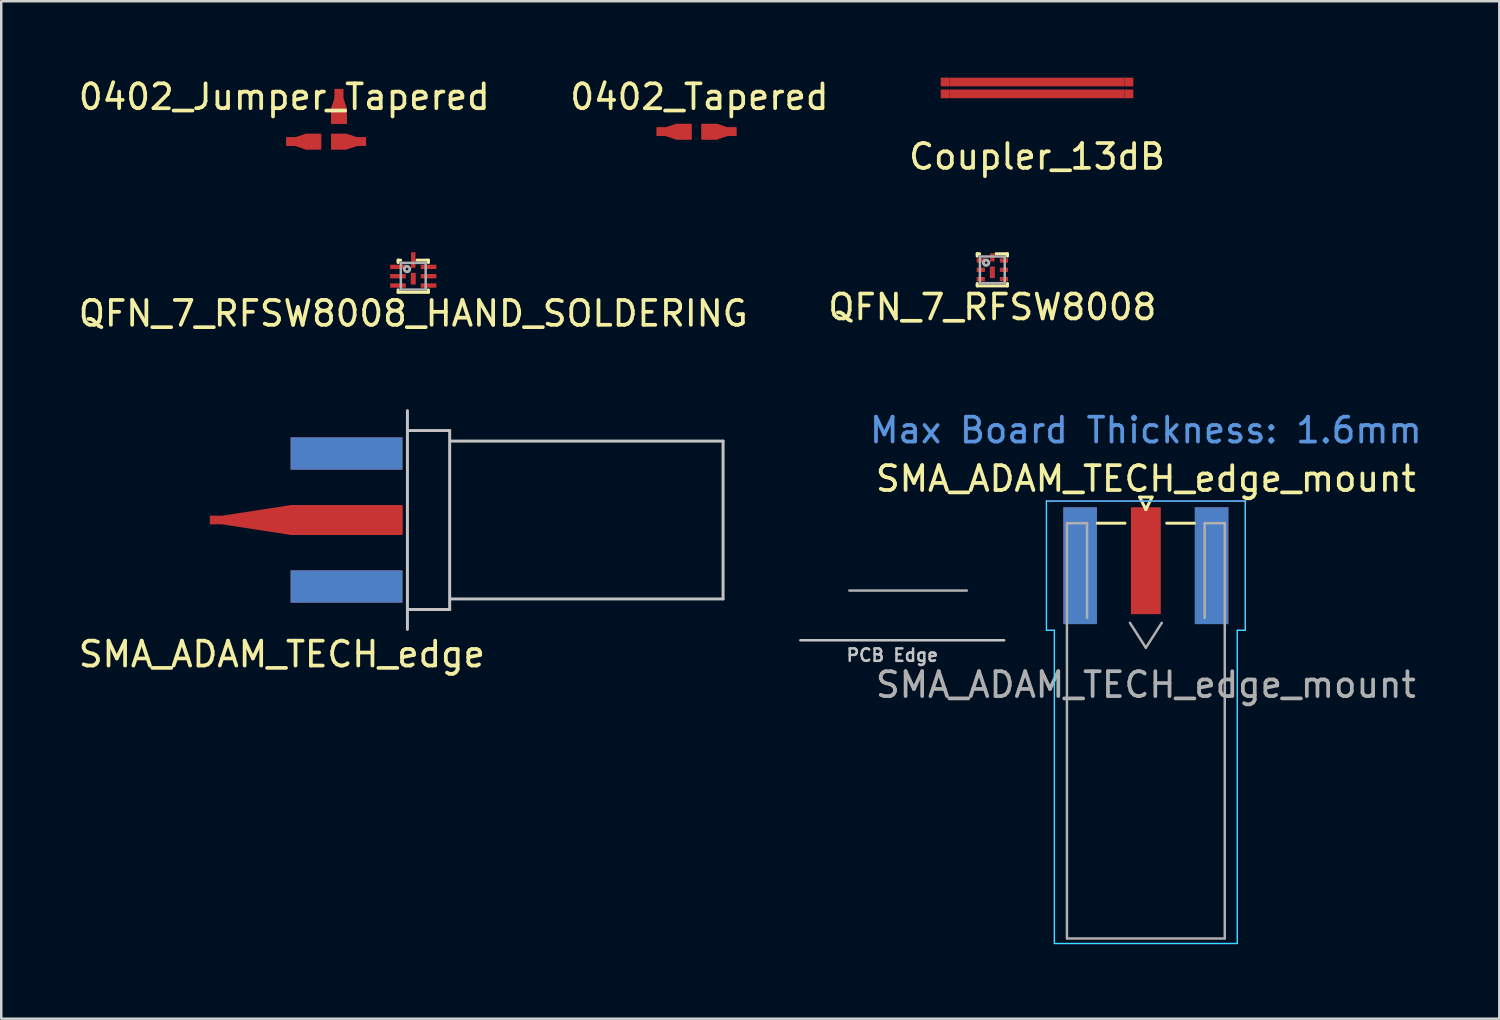
<source format=kicad_pcb>
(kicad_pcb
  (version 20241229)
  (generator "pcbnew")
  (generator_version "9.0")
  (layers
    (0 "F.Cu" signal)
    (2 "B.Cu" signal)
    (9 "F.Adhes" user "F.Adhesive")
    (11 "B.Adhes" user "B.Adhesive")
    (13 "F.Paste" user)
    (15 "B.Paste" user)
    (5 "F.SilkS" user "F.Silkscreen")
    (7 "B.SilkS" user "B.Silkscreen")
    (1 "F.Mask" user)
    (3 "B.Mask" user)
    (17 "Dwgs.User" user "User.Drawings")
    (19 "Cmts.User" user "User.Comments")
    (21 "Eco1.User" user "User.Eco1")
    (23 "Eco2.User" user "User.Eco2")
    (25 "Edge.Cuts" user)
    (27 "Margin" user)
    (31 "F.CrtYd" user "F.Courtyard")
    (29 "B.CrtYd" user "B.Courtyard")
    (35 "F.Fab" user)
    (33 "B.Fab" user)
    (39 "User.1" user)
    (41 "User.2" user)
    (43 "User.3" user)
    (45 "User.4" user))
  (footprint "0402_Jumper_Tapered"
    (layer "F.Cu")
    (at 10.587 2.648)
    (property "Reference" "0402_Jumper_Tapered" (at -2.2 -1.8 0) (layer "F.SilkS") (effects (font (size 1 1) (thickness 0.15))))
    (property "Value" "${VALUE}" (at -0.4 1.4 0) (layer "F.Fab") (hide yes) (effects (font (size 1 1) (thickness 0.15))))
    (attr smd)
    (pad "1" smd rect (at 0 0 180) (size 0.63 0.63) (layers "F.Cu" "F.Mask" "F.Paste"))
    (pad "1" smd custom (at 0 0) (size 0.63 0.63) (layers "F.Cu") (options (anchor rect)) (primitives (gr_poly (pts (xy -0.315 -0.315) (xy 0.315 -0.315) (xy 0.74 -0.175) (xy 1.09 -0.175) (xy 1.09 0.175) (xy 0.74 0.175) (xy 0.315 0.315) (xy -0.315 0.315)) (width 0) (fill yes))))
    (pad "1" smd rect (at 0.915 0) (size 0.349 0.349) (layers "F.Cu"))
    (pad "2" smd rect (at -1.945 0 180) (size 0.349 0.349) (layers "F.Cu"))
    (pad "2" smd rect (at -1.03 0 180) (size 0.63 0.63) (layers "F.Cu" "F.Mask" "F.Paste"))
    (pad "2" smd custom (at -1.03 0 180) (size 0.63 0.63) (layers "F.Cu") (options (anchor rect)) (primitives (gr_poly (pts (xy -0.315 -0.315) (xy 0.315 -0.315) (xy 0.74 -0.175) (xy 1.09 -0.175) (xy 1.09 0.175) (xy 0.74 0.175) (xy 0.315 0.315) (xy -0.315 0.315)) (width 0) (fill yes))))
    (pad "3" smd rect (at 0 -1.945 90) (size 0.349 0.349) (layers "F.Cu"))
    (pad "3" smd rect (at 0 -1.03 90) (size 0.63 0.63) (layers "F.Cu" "F.Mask" "F.Paste"))
    (pad "3" smd custom (at 0 -1.03 90) (size 0.63 0.63) (layers "F.Cu") (options (anchor rect)) (primitives (gr_poly (pts (xy -0.315 -0.315) (xy 0.315 -0.315) (xy 0.74 -0.175) (xy 1.09 -0.175) (xy 1.09 0.175) (xy 0.74 0.175) (xy 0.315 0.315) (xy -0.315 0.315)) (width 0) (fill yes)))))
  (footprint "QFN_7_RFSW8008"
    (layer "F.Cu")
    (at 36.875 7.806)
    (property "Reference" "QFN_7_RFSW8008" (at 0 1.5 0) (layer "F.SilkS") (effects (font (size 1 1) (thickness 0.15))))
    (attr through_hole)
    (fp_line (start -0.61 -0.55) (end -0.61 -0.647) (stroke (width 0.12) (type solid)) (layer "F.SilkS"))
    (fp_line (start -0.61 0.55) (end -0.61 0.647) (stroke (width 0.12) (type solid)) (layer "F.SilkS"))
    (fp_line (start -0.61 0.647) (end 0.61 0.647) (stroke (width 0.12) (type solid)) (layer "F.SilkS"))
    (fp_line (start -0.51 -0.647) (end -0.61 -0.647) (stroke (width 0.12) (type solid)) (layer "F.SilkS"))
    (fp_line (start 0.15 -0.647) (end 0.61 -0.647) (stroke (width 0.12) (type solid)) (layer "F.SilkS"))
    (fp_line (start 0.61 -0.55) (end 0.61 -0.647) (stroke (width 0.12) (type solid)) (layer "F.SilkS"))
    (fp_line (start 0.61 0.55) (end 0.61 0.647) (stroke (width 0.12) (type solid)) (layer "F.SilkS"))
    (fp_line (start -0.5 -0.537) (end -0.5 0.537) (stroke (width 0.1) (type solid)) (layer "F.Fab"))
    (fp_line (start -0.5 -0.537) (end 0.5 -0.537) (stroke (width 0.1) (type solid)) (layer "F.Fab"))
    (fp_line (start -0.5 0.537) (end 0.5 0.537) (stroke (width 0.1) (type solid)) (layer "F.Fab"))
    (fp_line (start 0.5 -0.537) (end 0.5 0.537) (stroke (width 0.1) (type solid)) (layer "F.Fab"))
    (fp_circle (center -0.25 -0.287) (end -0.2 -0.287) (stroke (width 0.12) (type solid)) (fill no) (layer "F.Fab"))
    (pad "1" smd rect (at -0.465 -0.375) (size 0.33 0.175) (layers "F.Cu" "F.Mask" "F.Paste"))
    (pad "2" smd rect (at -0.465 0) (size 0.33 0.175) (layers "F.Cu" "F.Mask" "F.Paste"))
    (pad "3" smd rect (at -0.465 0.375) (size 0.33 0.175) (layers "F.Cu" "F.Mask" "F.Paste"))
    (pad "4" smd rect (at 0.465 0.375) (size 0.33 0.175) (layers "F.Cu" "F.Mask" "F.Paste"))
    (pad "5" smd rect (at 0.465 0) (size 0.33 0.175) (layers "F.Cu" "F.Mask" "F.Paste"))
    (pad "6" smd rect (at 0.465 -0.375) (size 0.33 0.175) (layers "F.Cu" "F.Mask" "F.Paste"))
    (pad "7" smd rect (at 0 -0.5) (size 0.175 0.33) (layers "F.Cu" "F.Mask" "F.Paste"))
    (pad "8" smd rect (at 0 0.1) (size 0.2 0.47) (layers "F.Cu" "F.Mask" "F.Paste")))
  (footprint "Coupler_13dB"
    (layer "F.Cu")
    (at 38.673 0.25)
    (property "Reference" "Coupler_13dB" (at 0 3 0) (layer "F.SilkS") (effects (font (size 1 1) (thickness 0.15))))
    (attr through_hole)
    (pad "" smd rect (at 0 0) (size 7.05 0.35) (layers "F.Cu" "F.Mask"))
    (pad "" smd rect (at 0 0.476) (size 7.05 0.35) (layers "F.Cu" "F.Mask"))
    (pad "0" smd rect (at -3.7 0) (size 0.35 0.35) (layers "F.Cu" "F.Mask"))
    (pad "1" smd rect (at 3.7 0) (size 0.35 0.35) (layers "F.Cu" "F.Mask"))
    (pad "2" smd rect (at -3.7 0.476) (size 0.35 0.35) (layers "F.Cu" "F.Mask"))
    (pad "3" smd rect (at 3.7 0.476) (size 0.35 0.35) (layers "F.Cu" "F.Mask")))
  (footprint "SMA_ADAM_TECH_edge_mount"
    (layer "F.Cu")
    (at 43.052 19.71)
    (property "Reference" "SMA_ADAM_TECH_edge_mount" (at 0 -3.5 0) (layer "F.SilkS") (effects (font (size 1 1) (thickness 0.15))))
    (attr smd)
    (fp_line (start -1.95 -1.71) (end -0.84 -1.71) (stroke (width 0.12) (type solid)) (layer "F.SilkS"))
    (fp_line (start -0.25 -2.76) (end 0 -2.26) (stroke (width 0.12) (type solid)) (layer "F.SilkS"))
    (fp_line (start 0 -2.26) (end 0.25 -2.76) (stroke (width 0.12) (type solid)) (layer "F.SilkS"))
    (fp_line (start 0.25 -2.76) (end -0.25 -2.76) (stroke (width 0.12) (type solid)) (layer "F.SilkS"))
    (fp_line (start 0.84 -1.71) (end 1.95 -1.71) (stroke (width 0.12) (type solid)) (layer "F.SilkS"))
    (fp_line (start -5.7 3) (end -13.9 3) (stroke (width 0.1) (type solid)) (layer "Dwgs.User"))
    (fp_line (start -4 -2.6) (end 4 -2.6) (stroke (width 0.05) (type solid)) (layer "B.CrtYd"))
    (fp_line (start -4 2.6) (end -4 -2.6) (stroke (width 0.05) (type solid)) (layer "B.CrtYd"))
    (fp_line (start -3.68 2.6) (end -4 2.6) (stroke (width 0.05) (type solid)) (layer "B.CrtYd"))
    (fp_line (start -3.68 15.2) (end -3.68 2.6) (stroke (width 0.05) (type solid)) (layer "B.CrtYd"))
    (fp_line (start 3.68 2.6) (end 3.68 15.2) (stroke (width 0.05) (type solid)) (layer "B.CrtYd"))
    (fp_line (start 3.68 15.2) (end -3.68 15.2) (stroke (width 0.05) (type solid)) (layer "B.CrtYd"))
    (fp_line (start 4 2.6) (end 3.68 2.6) (stroke (width 0.05) (type solid)) (layer "B.CrtYd"))
    (fp_line (start 4 2.6) (end 4 -2.6) (stroke (width 0.05) (type solid)) (layer "B.CrtYd"))
    (fp_line (start -4 -2.6) (end 4 -2.6) (stroke (width 0.05) (type solid)) (layer "F.CrtYd"))
    (fp_line (start -4 2.6) (end -4 -2.6) (stroke (width 0.05) (type solid)) (layer "F.CrtYd"))
    (fp_line (start -3.68 2.6) (end -4 2.6) (stroke (width 0.05) (type solid)) (layer "F.CrtYd"))
    (fp_line (start -3.68 15.2) (end -3.68 2.6) (stroke (width 0.05) (type solid)) (layer "F.CrtYd"))
    (fp_line (start 3.68 2.6) (end 3.68 15.2) (stroke (width 0.05) (type solid)) (layer "F.CrtYd"))
    (fp_line (start 3.68 2.6) (end 4 2.6) (stroke (width 0.05) (type solid)) (layer "F.CrtYd"))
    (fp_line (start 3.68 15.2) (end -3.68 15.2) (stroke (width 0.05) (type solid)) (layer "F.CrtYd"))
    (fp_line (start 4 2.6) (end 4 -2.6) (stroke (width 0.05) (type solid)) (layer "F.CrtYd"))
    (fp_line (start -7.2 1) (end -11.93 1) (stroke (width 0.1) (type solid)) (layer "F.Fab"))
    (fp_line (start -3.175 -1.71) (end -3.175 15) (stroke (width 0.1) (type solid)) (layer "F.Fab"))
    (fp_line (start -2.365 -1.71) (end -3.175 -1.71) (stroke (width 0.1) (type solid)) (layer "F.Fab"))
    (fp_line (start -2.365 2.1) (end -2.365 -1.71) (stroke (width 0.1) (type solid)) (layer "F.Fab"))
    (fp_line (start 0 3.3) (end -0.64 2.3) (stroke (width 0.1) (type solid)) (layer "F.Fab"))
    (fp_line (start 0.64 2.3) (end 0 3.3) (stroke (width 0.1) (type solid)) (layer "F.Fab"))
    (fp_line (start 2.365 -1.71) (end 2.365 2.1) (stroke (width 0.1) (type solid)) (layer "F.Fab"))
    (fp_line (start 3.165 15) (end -3.165 15) (stroke (width 0.1) (type solid)) (layer "F.Fab"))
    (fp_line (start 3.175 -1.71) (end 2.365 -1.71) (stroke (width 0.1) (type solid)) (layer "F.Fab"))
    (fp_line (start 3.175 -1.71) (end 3.175 15) (stroke (width 0.1) (type solid)) (layer "F.Fab"))
    (fp_text user "PCB Edge" (at -10.2 3.6 0) (layer "Dwgs.User") (effects (font (size 0.5 0.5) (thickness 0.1))))
    (fp_text user "Max Board Thickness: 1.6mm" (at 0 -5.45 0) (layer "Cmts.User") (effects (font (size 1 1) (thickness 0.15))))
    (fp_text user "${REFERENCE}" (at 0 4.79 180) (layer "F.Fab") (effects (font (size 1 1) (thickness 0.15))))
    (pad "1" smd rect (at 0 -0.2) (size 1.2 4.3) (layers "F.Cu" "F.Mask" "F.Paste"))
    (pad "2" smd rect (at -2.645 0) (size 1.35 4.7) (layers "F.Cu" "F.Mask" "F.Paste"))
    (pad "2" smd rect (at -2.645 0) (size 1.35 4.7) (layers "B.Cu" "B.Mask" "B.Paste"))
    (pad "2" smd rect (at 2.645 0) (size 1.35 4.7) (layers "F.Cu" "F.Mask" "F.Paste"))
    (pad "2" smd rect (at 2.645 0) (size 1.35 4.7) (layers "B.Cu" "B.Mask" "B.Paste")))
  (footprint "QFN_7_RFSW8008_HAND_SOLDERING"
    (layer "F.Cu")
    (at 13.577 8.063)
    (property "Reference" "QFN_7_RFSW8008_HAND_SOLDERING" (at 0 1.5 0) (layer "F.SilkS") (effects (font (size 1 1) (thickness 0.15))))
    (attr through_hole)
    (fp_line (start -0.61 -0.55) (end -0.61 -0.647) (stroke (width 0.12) (type solid)) (layer "F.SilkS"))
    (fp_line (start -0.61 0.55) (end -0.61 0.647) (stroke (width 0.12) (type solid)) (layer "F.SilkS"))
    (fp_line (start -0.61 0.647) (end 0.61 0.647) (stroke (width 0.12) (type solid)) (layer "F.SilkS"))
    (fp_line (start -0.51 -0.647) (end -0.61 -0.647) (stroke (width 0.12) (type solid)) (layer "F.SilkS"))
    (fp_line (start 0.15 -0.647) (end 0.61 -0.647) (stroke (width 0.12) (type solid)) (layer "F.SilkS"))
    (fp_line (start 0.61 -0.55) (end 0.61 -0.647) (stroke (width 0.12) (type solid)) (layer "F.SilkS"))
    (fp_line (start 0.61 0.55) (end 0.61 0.647) (stroke (width 0.12) (type solid)) (layer "F.SilkS"))
    (fp_line (start -0.5 -0.537) (end -0.5 0.537) (stroke (width 0.1) (type solid)) (layer "F.Fab"))
    (fp_line (start -0.5 -0.537) (end 0.5 -0.537) (stroke (width 0.1) (type solid)) (layer "F.Fab"))
    (fp_line (start -0.5 0.537) (end 0.5 0.537) (stroke (width 0.1) (type solid)) (layer "F.Fab"))
    (fp_line (start 0.5 -0.537) (end 0.5 0.537) (stroke (width 0.1) (type solid)) (layer "F.Fab"))
    (fp_circle (center -0.25 -0.287) (end -0.2 -0.287) (stroke (width 0.12) (type solid)) (fill no) (layer "F.Fab"))
    (pad "1" smd rect (at -0.615 -0.375) (size 0.63 0.175) (layers "F.Cu" "F.Mask" "F.Paste"))
    (pad "2" smd rect (at -0.615 0) (size 0.63 0.175) (layers "F.Cu" "F.Mask" "F.Paste"))
    (pad "3" smd rect (at -0.615 0.375) (size 0.63 0.175) (layers "F.Cu" "F.Mask" "F.Paste"))
    (pad "4" smd rect (at 0.615 0.375) (size 0.63 0.175) (layers "F.Cu" "F.Mask" "F.Paste"))
    (pad "5" smd rect (at 0.615 0) (size 0.63 0.175) (layers "F.Cu" "F.Mask" "F.Paste"))
    (pad "6" smd rect (at 0.615 -0.375) (size 0.63 0.175) (layers "F.Cu" "F.Mask" "F.Paste"))
    (pad "7" smd rect (at 0 -0.65) (size 0.175 0.63) (layers "F.Cu" "F.Mask" "F.Paste"))
    (pad "8" smd rect (at 0 0.1) (size 0.2 0.47) (layers "F.Cu" "F.Mask" "F.Paste")))
  (footprint "SMA_ADAM_TECH_edge"
    (layer "F.Cu")
    (at 10.892 17.872)
    (property "Reference" "SMA_ADAM_TECH_edge" (at -2.6 5.4 0) (layer "F.SilkS") (effects (font (size 1 1) (thickness 0.15))))
    (attr exclude_from_pos_files exclude_from_bom)
    (fp_line (start 2.45 -3.6) (end 2.45 -4.4) (stroke (width 0.12) (type solid)) (layer "Dwgs.User"))
    (fp_line (start 2.45 -3.6) (end 2.45 3.6) (stroke (width 0.12) (type solid)) (layer "Dwgs.User"))
    (fp_line (start 2.45 3.6) (end 2.45 4.4) (stroke (width 0.12) (type solid)) (layer "Dwgs.User"))
    (fp_line (start 4.15 -3.6) (end 2.45 -3.6) (stroke (width 0.12) (type solid)) (layer "Dwgs.User"))
    (fp_line (start 4.15 -3.6) (end 4.15 3.6) (stroke (width 0.12) (type solid)) (layer "Dwgs.User"))
    (fp_line (start 4.15 3.6) (end 2.45 3.6) (stroke (width 0.12) (type solid)) (layer "Dwgs.User"))
    (fp_line (start 15.15 -3.175) (end 4.2 -3.175) (stroke (width 0.12) (type solid)) (layer "Dwgs.User"))
    (fp_line (start 15.15 -3.175) (end 15.15 3.175) (stroke (width 0.12) (type solid)) (layer "Dwgs.User"))
    (fp_line (start 15.15 3.175) (end 4.2 3.175) (stroke (width 0.12) (type solid)) (layer "Dwgs.User"))
    (pad "1" smd custom (at -5.25 0) (size 0.5 0.349) (layers "F.Cu" "F.Mask") (options (anchor rect)) (primitives (gr_poly (pts (xy -0.25 -0.175) (xy 0.25 -0.175) (xy 3 -0.6) (xy 7.5 -0.6) (xy 7.5 0.6) (xy 3 0.6) (xy 0.25 0.175) (xy -0.25 0.175)) (width 0) (fill yes))))
    (pad "1" smd rect (at 0 0) (size 4.5 1.2) (layers "F.Cu" "F.Mask" "F.Paste"))
    (pad "2" smd rect (at 0 -2.675 180) (size 4.5 1.3) (layers "F.Cu" "F.Mask" "F.Paste"))
    (pad "2" smd rect (at 0 -2.675 180) (size 4.5 1.3) (layers "B.Cu" "B.Mask" "B.Paste"))
    (pad "2" smd rect (at 0 2.675) (size 4.5 1.3) (layers "F.Cu" "F.Mask" "F.Paste"))
    (pad "2" smd rect (at 0 2.675) (size 4.5 1.3) (layers "B.Cu" "B.Mask" "B.Paste")))
  (footprint "0402_Tapered"
    (layer "F.Cu")
    (at 25.489 2.248)
    (property "Reference" "0402_Tapered" (at -0.4 -1.4 0) (layer "F.SilkS") (effects (font (size 1 1) (thickness 0.15))))
    (property "Value" "${VALUE}" (at -0.4 1.4 0) (layer "F.Fab") (hide yes) (effects (font (size 1 1) (thickness 0.15))))
    (attr smd)
    (pad "1" smd rect (at 0 0 180) (size 0.63 0.63) (layers "F.Cu" "F.Mask" "F.Paste"))
    (pad "1" smd custom (at 0 0) (size 0.63 0.63) (layers "F.Cu") (options (anchor rect)) (primitives (gr_poly (pts (xy -0.315 -0.315) (xy 0.315 -0.315) (xy 0.74 -0.175) (xy 1.09 -0.175) (xy 1.09 0.175) (xy 0.74 0.175) (xy 0.315 0.315) (xy -0.315 0.315)) (width 0) (fill yes))))
    (pad "1" smd rect (at 0.915 0) (size 0.349 0.349) (layers "F.Cu"))
    (pad "2" smd rect (at -1.945 0 180) (size 0.349 0.349) (layers "F.Cu"))
    (pad "2" smd rect (at -1.03 0 180) (size 0.63 0.63) (layers "F.Cu" "F.Mask" "F.Paste"))
    (pad "2" smd custom (at -1.03 0 180) (size 0.63 0.63) (layers "F.Cu") (options (anchor rect)) (primitives (gr_poly (pts (xy -0.315 -0.315) (xy 0.315 -0.315) (xy 0.74 -0.175) (xy 1.09 -0.175) (xy 1.09 0.175) (xy 0.74 0.175) (xy 0.315 0.315) (xy -0.315 0.315)) (width 0) (fill yes)))))
  (gr_rect
    (start -3 -3)
    (end 57.272 37.935)
    (stroke (width 0.1) (type default))
    (fill no)
    (layer "Edge.Cuts")))
</source>
